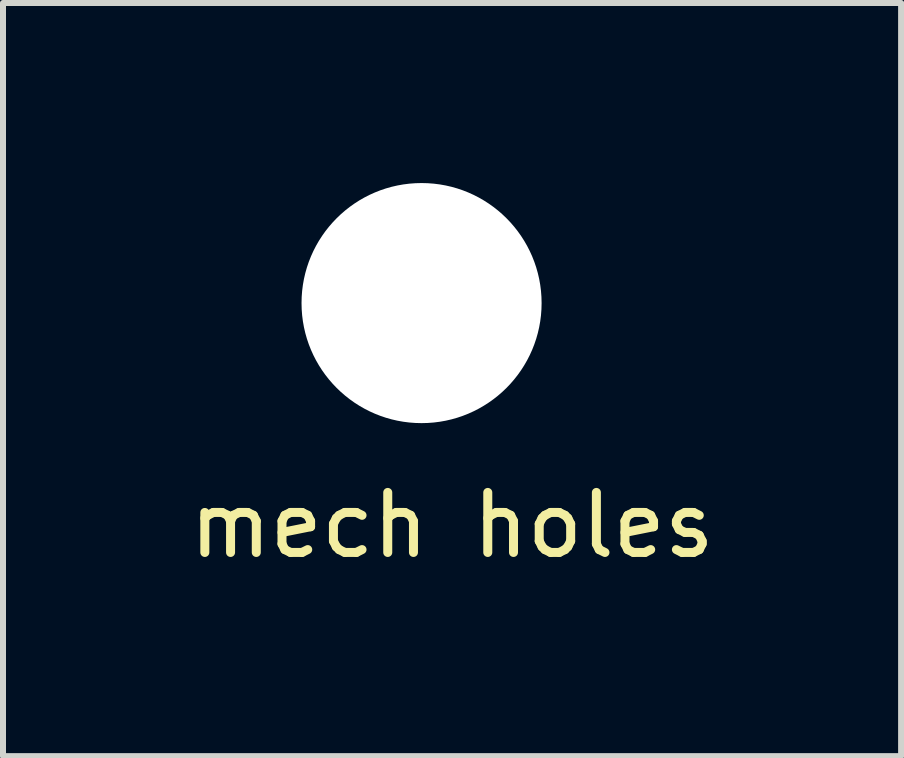
<source format=kicad_pcb>
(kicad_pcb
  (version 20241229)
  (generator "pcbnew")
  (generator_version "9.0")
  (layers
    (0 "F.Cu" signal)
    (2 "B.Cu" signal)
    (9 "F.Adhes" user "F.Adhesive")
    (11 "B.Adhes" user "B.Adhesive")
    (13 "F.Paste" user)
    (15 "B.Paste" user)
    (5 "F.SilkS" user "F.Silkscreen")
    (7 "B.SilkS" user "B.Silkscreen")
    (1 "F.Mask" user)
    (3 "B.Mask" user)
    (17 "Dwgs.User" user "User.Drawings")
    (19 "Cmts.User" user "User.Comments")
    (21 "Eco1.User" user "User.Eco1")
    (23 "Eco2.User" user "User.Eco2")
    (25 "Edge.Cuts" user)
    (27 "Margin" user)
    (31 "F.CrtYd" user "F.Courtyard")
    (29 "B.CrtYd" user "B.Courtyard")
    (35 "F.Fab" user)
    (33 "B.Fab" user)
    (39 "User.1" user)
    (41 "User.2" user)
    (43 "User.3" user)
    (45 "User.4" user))
  (footprint "mech holes"
    (layer "F.Cu")
    (at 4.482 5.2)
    (property "Reference" "mech holes" (at 0 0.5 0) (layer "F.SilkS") (effects (font (size 1 1) (thickness 0.15))))
    (attr through_hole)
    (pad "" np_thru_hole circle (at -0.508 -3.2) (size 4 4) (drill 4) (layers "*.Cu" "*.Mask")))
  (gr_rect
    (start -3 -3)
    (end 11.964 9.549)
    (stroke (width 0.1) (type default))
    (fill no)
    (layer "Edge.Cuts")))
</source>
